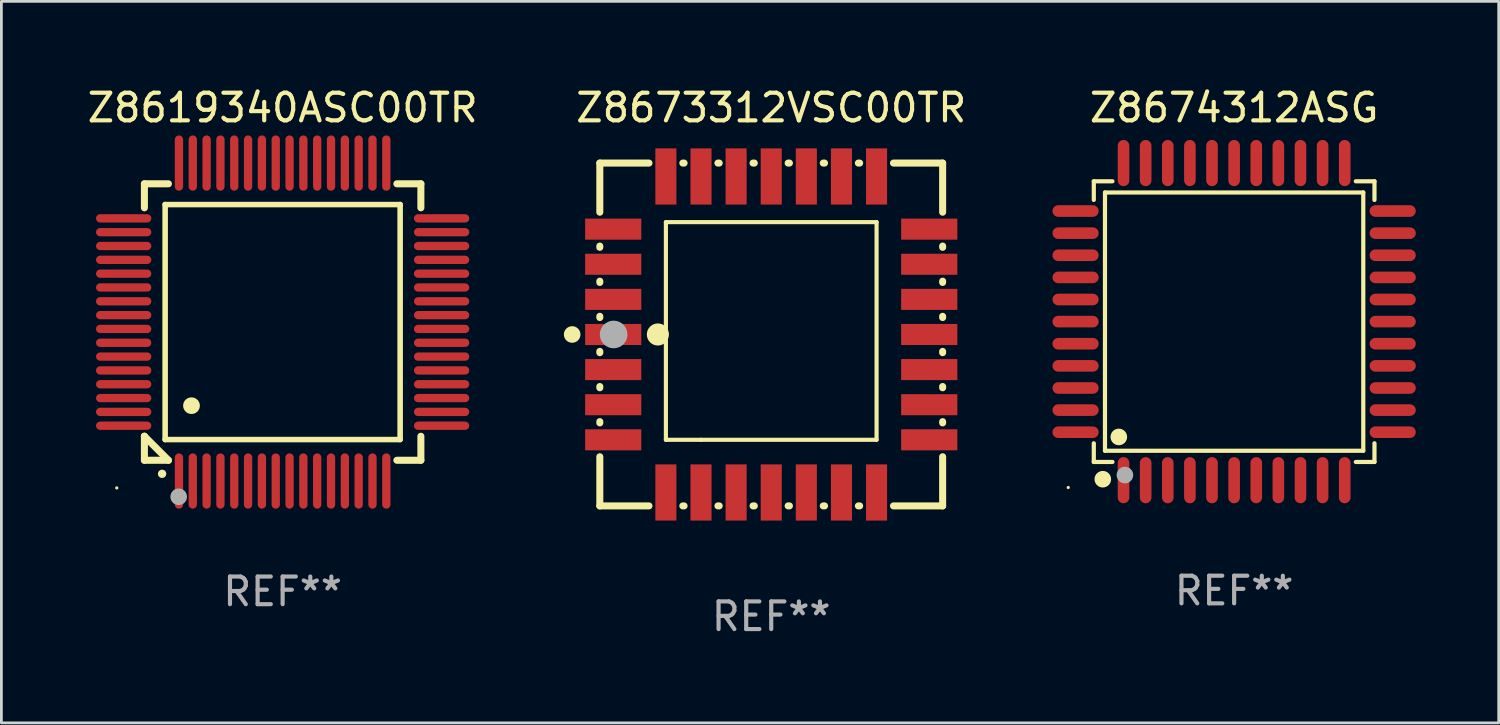
<source format=kicad_pcb>
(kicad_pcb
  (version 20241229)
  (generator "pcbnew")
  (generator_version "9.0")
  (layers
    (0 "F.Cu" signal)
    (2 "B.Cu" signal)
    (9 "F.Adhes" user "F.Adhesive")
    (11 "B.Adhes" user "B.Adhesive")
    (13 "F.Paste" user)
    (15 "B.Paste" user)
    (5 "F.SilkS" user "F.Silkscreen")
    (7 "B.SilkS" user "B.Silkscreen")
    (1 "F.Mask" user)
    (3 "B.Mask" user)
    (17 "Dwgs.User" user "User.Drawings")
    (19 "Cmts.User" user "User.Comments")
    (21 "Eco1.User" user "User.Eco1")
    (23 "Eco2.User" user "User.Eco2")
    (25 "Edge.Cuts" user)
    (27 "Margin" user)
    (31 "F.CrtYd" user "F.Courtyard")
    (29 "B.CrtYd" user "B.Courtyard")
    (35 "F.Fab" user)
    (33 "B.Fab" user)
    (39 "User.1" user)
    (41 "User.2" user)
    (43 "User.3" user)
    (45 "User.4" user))
  (footprint "Z8673312VSC00TR"
    (layer "F.Cu")
    (at 24.845 9.048)
    (property "Reference" "Z8673312VSC00TR" (at 0 -8.2 0) (layer "F.SilkS") (effects (font (size 1 1) (thickness 0.15))))
    (attr through_hole)
    (fp_line (start -6.2 -6.2) (end -4.422 -6.2) (stroke (width 0.254) (type solid)) (layer "F.SilkS"))
    (fp_line (start -6.2 -4.422) (end -6.2 -6.2) (stroke (width 0.254) (type solid)) (layer "F.SilkS"))
    (fp_line (start -6.2 -3.152) (end -6.2 -3.198) (stroke (width 0.254) (type solid)) (layer "F.SilkS"))
    (fp_line (start -6.2 -1.882) (end -6.2 -1.928) (stroke (width 0.254) (type solid)) (layer "F.SilkS"))
    (fp_line (start -6.2 -0.612) (end -6.2 -0.658) (stroke (width 0.254) (type solid)) (layer "F.SilkS"))
    (fp_line (start -6.2 0.658) (end -6.2 0.612) (stroke (width 0.254) (type solid)) (layer "F.SilkS"))
    (fp_line (start -6.2 1.928) (end -6.2 1.882) (stroke (width 0.254) (type solid)) (layer "F.SilkS"))
    (fp_line (start -6.2 3.198) (end -6.2 3.152) (stroke (width 0.254) (type solid)) (layer "F.SilkS"))
    (fp_line (start -6.2 6.2) (end -6.2 4.422) (stroke (width 0.254) (type solid)) (layer "F.SilkS"))
    (fp_line (start -4.422 6.2) (end -6.2 6.2) (stroke (width 0.254) (type solid)) (layer "F.SilkS"))
    (fp_line (start -3.81 -4.064) (end 3.81 -4.064) (stroke (width 0.15) (type solid)) (layer "F.SilkS"))
    (fp_line (start -3.81 3.81) (end -3.81 -4.064) (stroke (width 0.15) (type solid)) (layer "F.SilkS"))
    (fp_line (start -3.198 -6.2) (end -3.152 -6.2) (stroke (width 0.254) (type solid)) (layer "F.SilkS"))
    (fp_line (start -3.152 6.2) (end -3.198 6.2) (stroke (width 0.254) (type solid)) (layer "F.SilkS"))
    (fp_line (start -2.54 3.81) (end -3.81 3.81) (stroke (width 0.15) (type solid)) (layer "F.SilkS"))
    (fp_line (start -1.928 -6.2) (end -1.882 -6.2) (stroke (width 0.254) (type solid)) (layer "F.SilkS"))
    (fp_line (start -1.882 6.2) (end -1.928 6.2) (stroke (width 0.254) (type solid)) (layer "F.SilkS"))
    (fp_line (start -0.658 -6.2) (end -0.612 -6.2) (stroke (width 0.254) (type solid)) (layer "F.SilkS"))
    (fp_line (start -0.612 6.2) (end -0.658 6.2) (stroke (width 0.254) (type solid)) (layer "F.SilkS"))
    (fp_line (start 0.612 -6.2) (end 0.658 -6.2) (stroke (width 0.254) (type solid)) (layer "F.SilkS"))
    (fp_line (start 0.658 6.2) (end 0.612 6.2) (stroke (width 0.254) (type solid)) (layer "F.SilkS"))
    (fp_line (start 1.882 -6.2) (end 1.928 -6.2) (stroke (width 0.254) (type solid)) (layer "F.SilkS"))
    (fp_line (start 1.928 6.2) (end 1.882 6.2) (stroke (width 0.254) (type solid)) (layer "F.SilkS"))
    (fp_line (start 3.152 -6.2) (end 3.198 -6.2) (stroke (width 0.254) (type solid)) (layer "F.SilkS"))
    (fp_line (start 3.198 6.2) (end 3.152 6.2) (stroke (width 0.254) (type solid)) (layer "F.SilkS"))
    (fp_line (start 3.81 -4.064) (end 3.81 3.81) (stroke (width 0.15) (type solid)) (layer "F.SilkS"))
    (fp_line (start 3.81 3.81) (end -2.54 3.81) (stroke (width 0.15) (type solid)) (layer "F.SilkS"))
    (fp_line (start 4.422 -6.2) (end 6.2 -6.2) (stroke (width 0.254) (type solid)) (layer "F.SilkS"))
    (fp_line (start 6.2 -6.2) (end 6.2 -4.422) (stroke (width 0.254) (type solid)) (layer "F.SilkS"))
    (fp_line (start 6.2 -3.198) (end 6.2 -3.152) (stroke (width 0.254) (type solid)) (layer "F.SilkS"))
    (fp_line (start 6.2 -1.928) (end 6.2 -1.882) (stroke (width 0.254) (type solid)) (layer "F.SilkS"))
    (fp_line (start 6.2 -0.658) (end 6.2 -0.612) (stroke (width 0.254) (type solid)) (layer "F.SilkS"))
    (fp_line (start 6.2 0.612) (end 6.2 0.658) (stroke (width 0.254) (type solid)) (layer "F.SilkS"))
    (fp_line (start 6.2 1.882) (end 6.2 1.928) (stroke (width 0.254) (type solid)) (layer "F.SilkS"))
    (fp_line (start 6.2 3.152) (end 6.2 3.198) (stroke (width 0.254) (type solid)) (layer "F.SilkS"))
    (fp_line (start 6.2 4.422) (end 6.2 6.2) (stroke (width 0.254) (type solid)) (layer "F.SilkS"))
    (fp_line (start 6.2 6.2) (end 4.422 6.2) (stroke (width 0.254) (type solid)) (layer "F.SilkS"))
    (fp_circle (center -7.2 0) (end -7.05 0) (stroke (width 0.3) (type solid)) (fill no) (layer "F.SilkS"))
    (fp_circle (center -6.223 6.223) (end -6.193 6.223) (stroke (width 0.06) (type solid)) (fill no) (layer "F.SilkS"))
    (fp_circle (center -4.1 0) (end -3.9 0) (stroke (width 0.4) (type solid)) (fill no) (layer "F.SilkS"))
    (fp_circle (center -5.7 0) (end -5.45 0) (stroke (width 0.5) (type solid)) (fill no) (layer "F.Fab"))
    (fp_text user "REF**" (at 0 10.2 0) (layer "F.Fab") (effects (font (size 1 1) (thickness 0.15))))
    (pad "1" smd rect (at -5.715 0) (size 2.032 0.762) (layers "F.Cu" "F.Mask" "F.Paste"))
    (pad "2" smd rect (at -5.715 1.27) (size 2.032 0.762) (layers "F.Cu" "F.Mask" "F.Paste"))
    (pad "3" smd rect (at -5.715 2.54) (size 2.032 0.762) (layers "F.Cu" "F.Mask" "F.Paste"))
    (pad "4" smd rect (at -5.715 3.81) (size 2.032 0.762) (layers "F.Cu" "F.Mask" "F.Paste"))
    (pad "5" smd rect (at -3.81 5.715) (size 0.762 2.032) (layers "F.Cu" "F.Mask" "F.Paste"))
    (pad "6" smd rect (at -2.54 5.715) (size 0.762 2.032) (layers "F.Cu" "F.Mask" "F.Paste"))
    (pad "7" smd rect (at -1.27 5.715) (size 0.762 2.032) (layers "F.Cu" "F.Mask" "F.Paste"))
    (pad "8" smd rect (at 0 5.715) (size 0.762 2.032) (layers "F.Cu" "F.Mask" "F.Paste"))
    (pad "9" smd rect (at 1.27 5.715) (size 0.762 2.032) (layers "F.Cu" "F.Mask" "F.Paste"))
    (pad "10" smd rect (at 2.54 5.715) (size 0.762 2.032) (layers "F.Cu" "F.Mask" "F.Paste"))
    (pad "11" smd rect (at 3.81 5.715) (size 0.762 2.032) (layers "F.Cu" "F.Mask" "F.Paste"))
    (pad "12" smd rect (at 5.715 3.81) (size 2.032 0.762) (layers "F.Cu" "F.Mask" "F.Paste"))
    (pad "13" smd rect (at 5.715 2.54) (size 2.032 0.762) (layers "F.Cu" "F.Mask" "F.Paste"))
    (pad "14" smd rect (at 5.715 1.27) (size 2.032 0.762) (layers "F.Cu" "F.Mask" "F.Paste"))
    (pad "15" smd rect (at 5.715 0) (size 2.032 0.762) (layers "F.Cu" "F.Mask" "F.Paste"))
    (pad "16" smd rect (at 5.715 -1.27) (size 2.032 0.762) (layers "F.Cu" "F.Mask" "F.Paste"))
    (pad "17" smd rect (at 5.715 -2.54) (size 2.032 0.762) (layers "F.Cu" "F.Mask" "F.Paste"))
    (pad "18" smd rect (at 5.715 -3.81) (size 2.032 0.762) (layers "F.Cu" "F.Mask" "F.Paste"))
    (pad "19" smd rect (at 3.81 -5.715) (size 0.762 2.032) (layers "F.Cu" "F.Mask" "F.Paste"))
    (pad "20" smd rect (at 2.54 -5.715) (size 0.762 2.032) (layers "F.Cu" "F.Mask" "F.Paste"))
    (pad "21" smd rect (at 1.27 -5.715) (size 0.762 2.032) (layers "F.Cu" "F.Mask" "F.Paste"))
    (pad "22" smd rect (at 0 -5.715) (size 0.762 2.032) (layers "F.Cu" "F.Mask" "F.Paste"))
    (pad "23" smd rect (at -1.27 -5.715) (size 0.762 2.032) (layers "F.Cu" "F.Mask" "F.Paste"))
    (pad "24" smd rect (at -2.54 -5.715) (size 0.762 2.032) (layers "F.Cu" "F.Mask" "F.Paste"))
    (pad "25" smd rect (at -3.81 -5.715) (size 0.762 2.032) (layers "F.Cu" "F.Mask" "F.Paste"))
    (pad "26" smd rect (at -5.715 -3.81) (size 2.032 0.762) (layers "F.Cu" "F.Mask" "F.Paste"))
    (pad "27" smd rect (at -5.715 -2.54) (size 2.032 0.762) (layers "F.Cu" "F.Mask" "F.Paste"))
    (pad "28" smd rect (at -5.715 -1.27) (size 2.032 0.762) (layers "F.Cu" "F.Mask" "F.Paste")))
  (footprint "Z8619340ASC00TR"
    (layer "F.Cu")
    (at 7.173 8.598)
    (property "Reference" "Z8619340ASC00TR" (at 0 -7.75 0) (layer "F.SilkS") (effects (font (size 1 1) (thickness 0.15))))
    (attr through_hole)
    (fp_line (start -5 -5) (end -4.131 -5) (stroke (width 0.254) (type solid)) (layer "F.SilkS"))
    (fp_line (start -5 -4.131) (end -5 -5) (stroke (width 0.254) (type solid)) (layer "F.SilkS"))
    (fp_line (start -5 4.131) (end -5 4.131) (stroke (width 0.254) (type solid)) (layer "F.SilkS"))
    (fp_line (start -5 5) (end -5 4.131) (stroke (width 0.254) (type solid)) (layer "F.SilkS"))
    (fp_line (start -5 4.131) (end -4.131 5) (stroke (width 0.254) (type solid)) (layer "F.SilkS"))
    (fp_line (start -4.25 -4.25) (end -4.25 4.25) (stroke (width 0.2) (type solid)) (layer "F.SilkS"))
    (fp_line (start -4.25 4.25) (end 4.25 4.25) (stroke (width 0.2) (type solid)) (layer "F.SilkS"))
    (fp_line (start -4.131 5) (end -5 5) (stroke (width 0.254) (type solid)) (layer "F.SilkS"))
    (fp_line (start 4.25 -4.25) (end -4.25 -4.25) (stroke (width 0.2) (type solid)) (layer "F.SilkS"))
    (fp_line (start 4.25 4.25) (end 4.25 -4.25) (stroke (width 0.2) (type solid)) (layer "F.SilkS"))
    (fp_line (start 5 -5) (end 4.131 -5) (stroke (width 0.254) (type solid)) (layer "F.SilkS"))
    (fp_line (start 5 -5) (end 5 -4.131) (stroke (width 0.254) (type solid)) (layer "F.SilkS"))
    (fp_line (start 5 4.131) (end 5 5) (stroke (width 0.254) (type solid)) (layer "F.SilkS"))
    (fp_line (start 5 5) (end 4.131 5) (stroke (width 0.254) (type solid)) (layer "F.SilkS"))
    (fp_arc (start -4.361265 5.489992) (mid -4.359995 5.489987) (end -4.358725 5.489992) (stroke (width 0.3) (type solid)) (layer "F.SilkS"))
    (fp_arc (start -3.299467 3.025146) (mid -3.296927 3.025135) (end -3.294387 3.025146) (stroke (width 0.6) (type solid)) (layer "F.SilkS"))
    (fp_circle (center -6 6) (end -5.97 6) (stroke (width 0.06) (type solid)) (fill no) (layer "F.SilkS"))
    (fp_circle (center -3.76 6.32) (end -3.61 6.32) (stroke (width 0.3) (type solid)) (fill no) (layer "F.Fab"))
    (fp_text user "REF**" (at 0 9.75 0) (layer "F.Fab") (effects (font (size 1 1) (thickness 0.15))))
    (pad "1" smd oval (at -3.75 5.75) (size 0.3 2) (layers "F.Cu" "F.Mask" "F.Paste"))
    (pad "2" smd oval (at -3.25 5.75) (size 0.3 2) (layers "F.Cu" "F.Mask" "F.Paste"))
    (pad "3" smd oval (at -2.75 5.75) (size 0.3 2) (layers "F.Cu" "F.Mask" "F.Paste"))
    (pad "4" smd oval (at -2.25 5.75) (size 0.3 2) (layers "F.Cu" "F.Mask" "F.Paste"))
    (pad "5" smd oval (at -1.75 5.75) (size 0.3 2) (layers "F.Cu" "F.Mask" "F.Paste"))
    (pad "6" smd oval (at -1.25 5.75) (size 0.3 2) (layers "F.Cu" "F.Mask" "F.Paste"))
    (pad "7" smd oval (at -0.75 5.75) (size 0.3 2) (layers "F.Cu" "F.Mask" "F.Paste"))
    (pad "8" smd oval (at -0.25 5.75) (size 0.3 2) (layers "F.Cu" "F.Mask" "F.Paste"))
    (pad "9" smd oval (at 0.25 5.75) (size 0.3 2) (layers "F.Cu" "F.Mask" "F.Paste"))
    (pad "10" smd oval (at 0.75 5.75) (size 0.3 2) (layers "F.Cu" "F.Mask" "F.Paste"))
    (pad "11" smd oval (at 1.25 5.75) (size 0.3 2) (layers "F.Cu" "F.Mask" "F.Paste"))
    (pad "12" smd oval (at 1.75 5.75) (size 0.3 2) (layers "F.Cu" "F.Mask" "F.Paste"))
    (pad "13" smd oval (at 2.25 5.75) (size 0.3 2) (layers "F.Cu" "F.Mask" "F.Paste"))
    (pad "14" smd oval (at 2.75 5.75) (size 0.3 2) (layers "F.Cu" "F.Mask" "F.Paste"))
    (pad "15" smd oval (at 3.25 5.75) (size 0.3 2) (layers "F.Cu" "F.Mask" "F.Paste"))
    (pad "16" smd oval (at 3.75 5.75) (size 0.3 2) (layers "F.Cu" "F.Mask" "F.Paste"))
    (pad "17" smd oval (at 5.75 3.75) (size 2 0.3) (layers "F.Cu" "F.Mask" "F.Paste"))
    (pad "18" smd oval (at 5.75 3.25) (size 2 0.3) (layers "F.Cu" "F.Mask" "F.Paste"))
    (pad "19" smd oval (at 5.75 2.75) (size 2 0.3) (layers "F.Cu" "F.Mask" "F.Paste"))
    (pad "20" smd oval (at 5.75 2.25) (size 2 0.3) (layers "F.Cu" "F.Mask" "F.Paste"))
    (pad "21" smd oval (at 5.75 1.75) (size 2 0.3) (layers "F.Cu" "F.Mask" "F.Paste"))
    (pad "22" smd oval (at 5.75 1.25) (size 2 0.3) (layers "F.Cu" "F.Mask" "F.Paste"))
    (pad "23" smd oval (at 5.75 0.75) (size 2 0.3) (layers "F.Cu" "F.Mask" "F.Paste"))
    (pad "24" smd oval (at 5.75 0.25) (size 2 0.3) (layers "F.Cu" "F.Mask" "F.Paste"))
    (pad "25" smd oval (at 5.75 -0.25) (size 2 0.3) (layers "F.Cu" "F.Mask" "F.Paste"))
    (pad "26" smd oval (at 5.75 -0.75) (size 2 0.3) (layers "F.Cu" "F.Mask" "F.Paste"))
    (pad "27" smd oval (at 5.75 -1.25) (size 2 0.3) (layers "F.Cu" "F.Mask" "F.Paste"))
    (pad "28" smd oval (at 5.75 -1.75) (size 2 0.3) (layers "F.Cu" "F.Mask" "F.Paste"))
    (pad "29" smd oval (at 5.75 -2.25) (size 2 0.3) (layers "F.Cu" "F.Mask" "F.Paste"))
    (pad "30" smd oval (at 5.75 -2.75) (size 2 0.3) (layers "F.Cu" "F.Mask" "F.Paste"))
    (pad "31" smd oval (at 5.75 -3.25) (size 2 0.3) (layers "F.Cu" "F.Mask" "F.Paste"))
    (pad "32" smd oval (at 5.75 -3.75) (size 2 0.3) (layers "F.Cu" "F.Mask" "F.Paste"))
    (pad "33" smd oval (at 3.75 -5.75) (size 0.3 2) (layers "F.Cu" "F.Mask" "F.Paste"))
    (pad "34" smd oval (at 3.25 -5.75) (size 0.3 2) (layers "F.Cu" "F.Mask" "F.Paste"))
    (pad "35" smd oval (at 2.75 -5.75) (size 0.3 2) (layers "F.Cu" "F.Mask" "F.Paste"))
    (pad "36" smd oval (at 2.25 -5.75) (size 0.3 2) (layers "F.Cu" "F.Mask" "F.Paste"))
    (pad "37" smd oval (at 1.75 -5.75) (size 0.3 2) (layers "F.Cu" "F.Mask" "F.Paste"))
    (pad "38" smd oval (at 1.25 -5.75) (size 0.3 2) (layers "F.Cu" "F.Mask" "F.Paste"))
    (pad "39" smd oval (at 0.75 -5.75) (size 0.3 2) (layers "F.Cu" "F.Mask" "F.Paste"))
    (pad "40" smd oval (at 0.25 -5.75) (size 0.3 2) (layers "F.Cu" "F.Mask" "F.Paste"))
    (pad "41" smd oval (at -0.25 -5.75) (size 0.3 2) (layers "F.Cu" "F.Mask" "F.Paste"))
    (pad "42" smd oval (at -0.75 -5.75) (size 0.3 2) (layers "F.Cu" "F.Mask" "F.Paste"))
    (pad "43" smd oval (at -1.25 -5.75) (size 0.3 2) (layers "F.Cu" "F.Mask" "F.Paste"))
    (pad "44" smd oval (at -1.75 -5.75) (size 0.3 2) (layers "F.Cu" "F.Mask" "F.Paste"))
    (pad "45" smd oval (at -2.25 -5.75) (size 0.3 2) (layers "F.Cu" "F.Mask" "F.Paste"))
    (pad "46" smd oval (at -2.75 -5.75) (size 0.3 2) (layers "F.Cu" "F.Mask" "F.Paste"))
    (pad "47" smd oval (at -3.25 -5.75) (size 0.3 2) (layers "F.Cu" "F.Mask" "F.Paste"))
    (pad "48" smd oval (at -3.75 -5.75) (size 0.3 2) (layers "F.Cu" "F.Mask" "F.Paste"))
    (pad "49" smd oval (at -5.75 -3.75) (size 2 0.3) (layers "F.Cu" "F.Mask" "F.Paste"))
    (pad "50" smd oval (at -5.75 -3.25) (size 2 0.3) (layers "F.Cu" "F.Mask" "F.Paste"))
    (pad "51" smd oval (at -5.75 -2.75) (size 2 0.3) (layers "F.Cu" "F.Mask" "F.Paste"))
    (pad "52" smd oval (at -5.75 -2.25) (size 2 0.3) (layers "F.Cu" "F.Mask" "F.Paste"))
    (pad "53" smd oval (at -5.75 -1.75) (size 2 0.3) (layers "F.Cu" "F.Mask" "F.Paste"))
    (pad "54" smd oval (at -5.75 -1.25) (size 2 0.3) (layers "F.Cu" "F.Mask" "F.Paste"))
    (pad "55" smd oval (at -5.75 -0.75) (size 2 0.3) (layers "F.Cu" "F.Mask" "F.Paste"))
    (pad "56" smd oval (at -5.75 -0.25) (size 2 0.3) (layers "F.Cu" "F.Mask" "F.Paste"))
    (pad "57" smd oval (at -5.75 0.25) (size 2 0.3) (layers "F.Cu" "F.Mask" "F.Paste"))
    (pad "58" smd oval (at -5.75 0.75) (size 2 0.3) (layers "F.Cu" "F.Mask" "F.Paste"))
    (pad "59" smd oval (at -5.75 1.25) (size 2 0.3) (layers "F.Cu" "F.Mask" "F.Paste"))
    (pad "60" smd oval (at -5.75 1.75) (size 2 0.3) (layers "F.Cu" "F.Mask" "F.Paste"))
    (pad "61" smd oval (at -5.75 2.25) (size 2 0.3) (layers "F.Cu" "F.Mask" "F.Paste"))
    (pad "62" smd oval (at -5.75 2.75) (size 2 0.3) (layers "F.Cu" "F.Mask" "F.Paste"))
    (pad "63" smd oval (at -5.75 3.25) (size 2 0.3) (layers "F.Cu" "F.Mask" "F.Paste"))
    (pad "64" smd oval (at -5.75 3.75) (size 2 0.3) (layers "F.Cu" "F.Mask" "F.Paste")))
  (footprint "Z8674312ASG"
    (layer "F.Cu")
    (at 41.588 8.583)
    (property "Reference" "Z8674312ASG" (at 0 -7.735 0) (layer "F.SilkS") (effects (font (size 1 1) (thickness 0.15))))
    (attr through_hole)
    (fp_line (start -5.076 -5.076) (end -4.401 -5.076) (stroke (width 0.152) (type solid)) (layer "F.SilkS"))
    (fp_line (start -5.076 -4.401) (end -5.076 -5.076) (stroke (width 0.152) (type solid)) (layer "F.SilkS"))
    (fp_line (start -5.076 4.401) (end -5.076 5.076) (stroke (width 0.152) (type solid)) (layer "F.SilkS"))
    (fp_line (start -5.076 5.076) (end -4.401 5.076) (stroke (width 0.152) (type solid)) (layer "F.SilkS"))
    (fp_line (start -4.671 -4.671) (end 4.671 -4.671) (stroke (width 0.152) (type solid)) (layer "F.SilkS"))
    (fp_line (start -4.671 4.671) (end -4.671 -4.671) (stroke (width 0.152) (type solid)) (layer "F.SilkS"))
    (fp_line (start 4.671 -4.671) (end 4.671 4.671) (stroke (width 0.152) (type solid)) (layer "F.SilkS"))
    (fp_line (start 4.671 4.671) (end -4.671 4.671) (stroke (width 0.152) (type solid)) (layer "F.SilkS"))
    (fp_line (start 5.076 -5.076) (end 4.401 -5.076) (stroke (width 0.152) (type solid)) (layer "F.SilkS"))
    (fp_line (start 5.076 -4.401) (end 5.076 -5.076) (stroke (width 0.152) (type solid)) (layer "F.SilkS"))
    (fp_line (start 5.076 4.401) (end 5.076 5.076) (stroke (width 0.152) (type solid)) (layer "F.SilkS"))
    (fp_line (start 5.076 5.076) (end 4.401 5.076) (stroke (width 0.152) (type solid)) (layer "F.SilkS"))
    (fp_circle (center -6 6) (end -5.97 6) (stroke (width 0.06) (type solid)) (fill no) (layer "F.SilkS"))
    (fp_circle (center -4.75 5.7) (end -4.6 5.7) (stroke (width 0.3) (type solid)) (fill no) (layer "F.SilkS"))
    (fp_circle (center -4.171 4.171) (end -4.021 4.171) (stroke (width 0.3) (type solid)) (fill no) (layer "F.SilkS"))
    (fp_circle (center -3.95 5.55) (end -3.8 5.55) (stroke (width 0.3) (type solid)) (fill no) (layer "F.Fab"))
    (fp_text user "REF**" (at 0 9.735 0) (layer "F.Fab") (effects (font (size 1 1) (thickness 0.15))))
    (pad "1" smd oval (at -4 5.735) (size 0.42 1.67) (layers "F.Cu" "F.Mask" "F.Paste"))
    (pad "2" smd oval (at -3.2 5.735) (size 0.42 1.67) (layers "F.Cu" "F.Mask" "F.Paste"))
    (pad "3" smd oval (at -2.4 5.735) (size 0.42 1.67) (layers "F.Cu" "F.Mask" "F.Paste"))
    (pad "4" smd oval (at -1.6 5.735) (size 0.42 1.67) (layers "F.Cu" "F.Mask" "F.Paste"))
    (pad "5" smd oval (at -0.8 5.735) (size 0.42 1.67) (layers "F.Cu" "F.Mask" "F.Paste"))
    (pad "6" smd oval (at 0 5.735) (size 0.42 1.67) (layers "F.Cu" "F.Mask" "F.Paste"))
    (pad "7" smd oval (at 0.8 5.735) (size 0.42 1.67) (layers "F.Cu" "F.Mask" "F.Paste"))
    (pad "8" smd oval (at 1.6 5.735) (size 0.42 1.67) (layers "F.Cu" "F.Mask" "F.Paste"))
    (pad "9" smd oval (at 2.4 5.735) (size 0.42 1.67) (layers "F.Cu" "F.Mask" "F.Paste"))
    (pad "10" smd oval (at 3.2 5.735) (size 0.42 1.67) (layers "F.Cu" "F.Mask" "F.Paste"))
    (pad "11" smd oval (at 4 5.735) (size 0.42 1.67) (layers "F.Cu" "F.Mask" "F.Paste"))
    (pad "12" smd oval (at 5.735 4) (size 1.67 0.42) (layers "F.Cu" "F.Mask" "F.Paste"))
    (pad "13" smd oval (at 5.735 3.2) (size 1.67 0.42) (layers "F.Cu" "F.Mask" "F.Paste"))
    (pad "14" smd oval (at 5.735 2.4) (size 1.67 0.42) (layers "F.Cu" "F.Mask" "F.Paste"))
    (pad "15" smd oval (at 5.735 1.6) (size 1.67 0.42) (layers "F.Cu" "F.Mask" "F.Paste"))
    (pad "16" smd oval (at 5.735 0.8) (size 1.67 0.42) (layers "F.Cu" "F.Mask" "F.Paste"))
    (pad "17" smd oval (at 5.735 0) (size 1.67 0.42) (layers "F.Cu" "F.Mask" "F.Paste"))
    (pad "18" smd oval (at 5.735 -0.8) (size 1.67 0.42) (layers "F.Cu" "F.Mask" "F.Paste"))
    (pad "19" smd oval (at 5.735 -1.6) (size 1.67 0.42) (layers "F.Cu" "F.Mask" "F.Paste"))
    (pad "20" smd oval (at 5.735 -2.4) (size 1.67 0.42) (layers "F.Cu" "F.Mask" "F.Paste"))
    (pad "21" smd oval (at 5.735 -3.2) (size 1.67 0.42) (layers "F.Cu" "F.Mask" "F.Paste"))
    (pad "22" smd oval (at 5.735 -4) (size 1.67 0.42) (layers "F.Cu" "F.Mask" "F.Paste"))
    (pad "23" smd oval (at 4 -5.735) (size 0.42 1.67) (layers "F.Cu" "F.Mask" "F.Paste"))
    (pad "24" smd oval (at 3.2 -5.735) (size 0.42 1.67) (layers "F.Cu" "F.Mask" "F.Paste"))
    (pad "25" smd oval (at 2.4 -5.735) (size 0.42 1.67) (layers "F.Cu" "F.Mask" "F.Paste"))
    (pad "26" smd oval (at 1.6 -5.735) (size 0.42 1.67) (layers "F.Cu" "F.Mask" "F.Paste"))
    (pad "27" smd oval (at 0.8 -5.735) (size 0.42 1.67) (layers "F.Cu" "F.Mask" "F.Paste"))
    (pad "28" smd oval (at 0 -5.735) (size 0.42 1.67) (layers "F.Cu" "F.Mask" "F.Paste"))
    (pad "29" smd oval (at -0.8 -5.735) (size 0.42 1.67) (layers "F.Cu" "F.Mask" "F.Paste"))
    (pad "30" smd oval (at -1.6 -5.735) (size 0.42 1.67) (layers "F.Cu" "F.Mask" "F.Paste"))
    (pad "31" smd oval (at -2.4 -5.735) (size 0.42 1.67) (layers "F.Cu" "F.Mask" "F.Paste"))
    (pad "32" smd oval (at -3.2 -5.735) (size 0.42 1.67) (layers "F.Cu" "F.Mask" "F.Paste"))
    (pad "33" smd oval (at -4 -5.735) (size 0.42 1.67) (layers "F.Cu" "F.Mask" "F.Paste"))
    (pad "34" smd oval (at -5.735 -4) (size 1.67 0.42) (layers "F.Cu" "F.Mask" "F.Paste"))
    (pad "35" smd oval (at -5.735 -3.2) (size 1.67 0.42) (layers "F.Cu" "F.Mask" "F.Paste"))
    (pad "36" smd oval (at -5.735 -2.4) (size 1.67 0.42) (layers "F.Cu" "F.Mask" "F.Paste"))
    (pad "37" smd oval (at -5.735 -1.6) (size 1.67 0.42) (layers "F.Cu" "F.Mask" "F.Paste"))
    (pad "38" smd oval (at -5.735 -0.8) (size 1.67 0.42) (layers "F.Cu" "F.Mask" "F.Paste"))
    (pad "39" smd oval (at -5.735 0) (size 1.67 0.42) (layers "F.Cu" "F.Mask" "F.Paste"))
    (pad "40" smd oval (at -5.735 0.8) (size 1.67 0.42) (layers "F.Cu" "F.Mask" "F.Paste"))
    (pad "41" smd oval (at -5.735 1.6) (size 1.67 0.42) (layers "F.Cu" "F.Mask" "F.Paste"))
    (pad "42" smd oval (at -5.735 2.4) (size 1.67 0.42) (layers "F.Cu" "F.Mask" "F.Paste"))
    (pad "43" smd oval (at -5.735 3.2) (size 1.67 0.42) (layers "F.Cu" "F.Mask" "F.Paste"))
    (pad "44" smd oval (at -5.735 4) (size 1.67 0.42) (layers "F.Cu" "F.Mask" "F.Paste")))
  (gr_rect
    (start -3 -3)
    (end 51.158 23.096)
    (stroke (width 0.1) (type default))
    (fill no)
    (layer "Edge.Cuts")))
</source>
